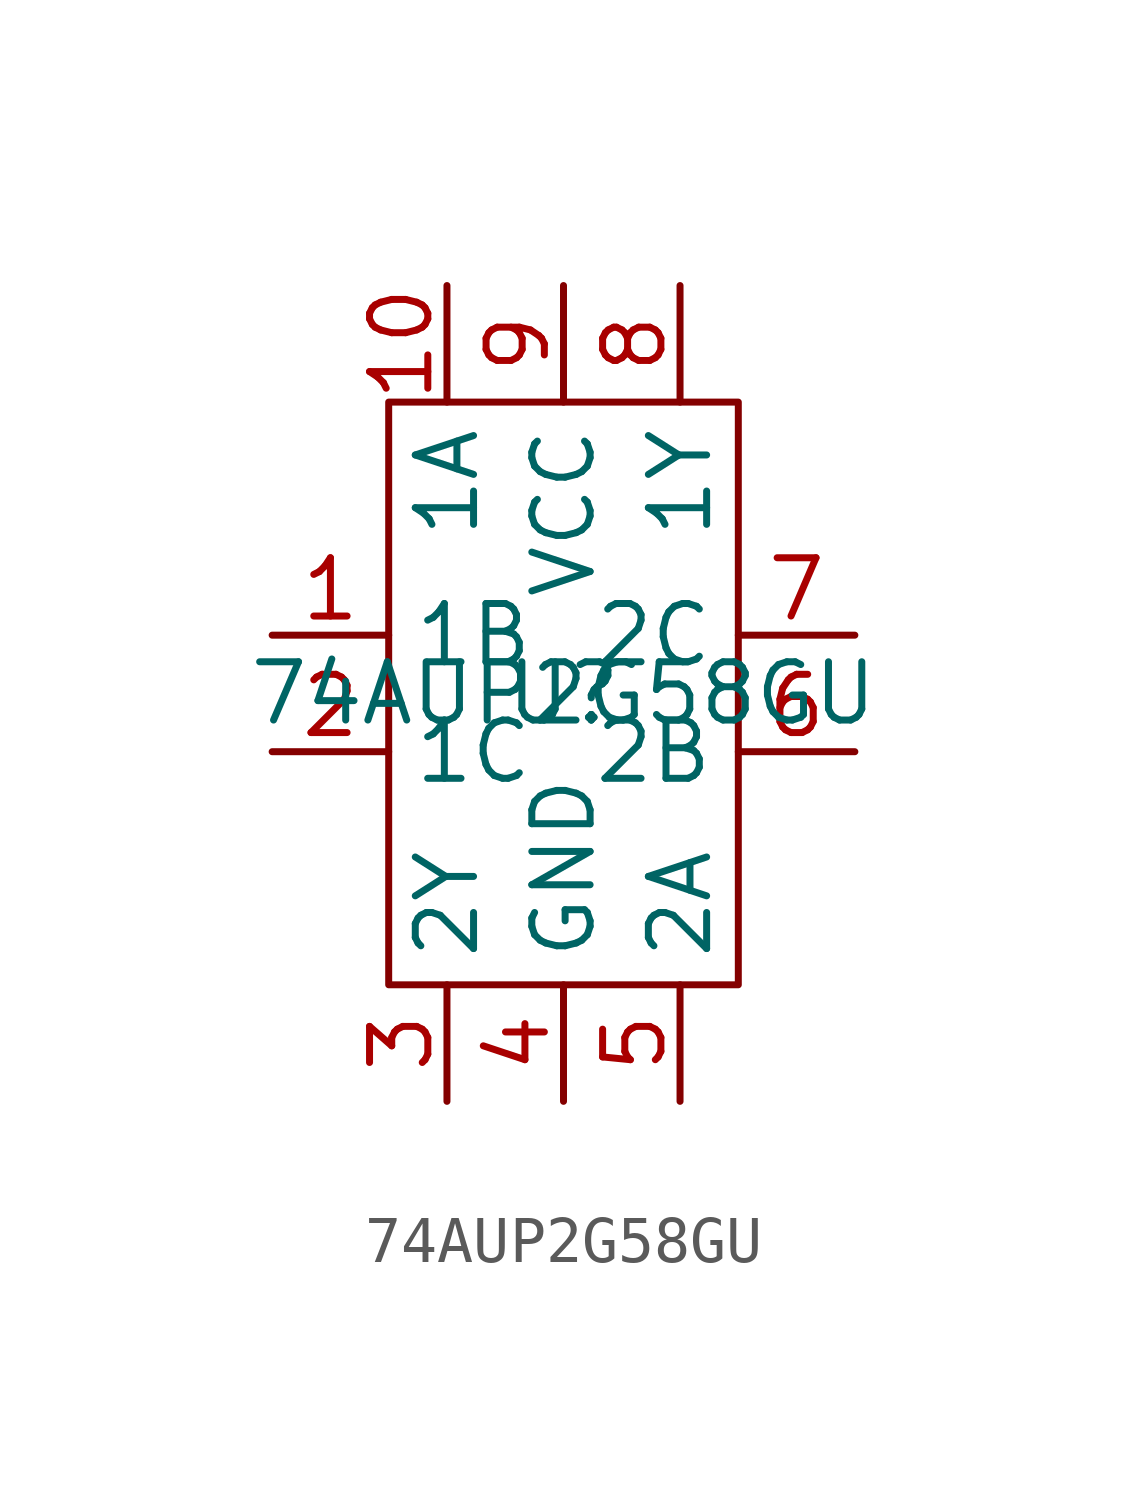
<source format=kicad_sym>
(kicad_symbol_lib
  (version 20211014)
  (generator kicad_symbol_editor)
  (symbol "74AUP2G58GU"
    (property "Reference" "U"
      (at 0 0 0)
      (effects (font (size 1.27 1.27))))
    (property "Value" "74AUP2G58GU"
      (at 0 0 0)
      (effects (font (size 1.27 1.27))))
    (symbol "74AUP2G58GU_0_1"
      (rectangle (start -3.81 6.35) (end 3.81 -6.35) (stroke (width 0.152) (type default) (color 0 0 0 0)) (fill (type none))))
    (symbol "74AUP2G58GU_1_1"
      (pin input line (at -6.35 1.27 0) (length 2.54) (name "1B" (effects (font (size 1.27 1.27)))) (number "1" (effects (font (size 1.27 1.27)))))
      (pin input line (at -2.54 8.89 270) (length 2.54) (name "1A" (effects (font (size 1.27 1.27)))) (number "10" (effects (font (size 1.27 1.27)))))
      (pin input line (at -6.35 -1.27 0) (length 2.54) (name "1C" (effects (font (size 1.27 1.27)))) (number "2" (effects (font (size 1.27 1.27)))))
      (pin output line (at -2.54 -8.89 90) (length 2.54) (name "2Y" (effects (font (size 1.27 1.27)))) (number "3" (effects (font (size 1.27 1.27)))))
      (pin power_in line (at 0 -8.89 90) (length 2.54) (name "GND" (effects (font (size 1.27 1.27)))) (number "4" (effects (font (size 1.27 1.27)))))
      (pin input line (at 2.54 -8.89 90) (length 2.54) (name "2A" (effects (font (size 1.27 1.27)))) (number "5" (effects (font (size 1.27 1.27)))))
      (pin input line (at 6.35 -1.27 180) (length 2.54) (name "2B" (effects (font (size 1.27 1.27)))) (number "6" (effects (font (size 1.27 1.27)))))
      (pin input line (at 6.35 1.27 180) (length 2.54) (name "2C" (effects (font (size 1.27 1.27)))) (number "7" (effects (font (size 1.27 1.27)))))
      (pin output line (at 2.54 8.89 270) (length 2.54) (name "1Y" (effects (font (size 1.27 1.27)))) (number "8" (effects (font (size 1.27 1.27)))))
      (pin power_in line (at 0 8.89 270) (length 2.54) (name "VCC" (effects (font (size 1.27 1.27)))) (number "9" (effects (font (size 1.27 1.27))))))))
</source>
